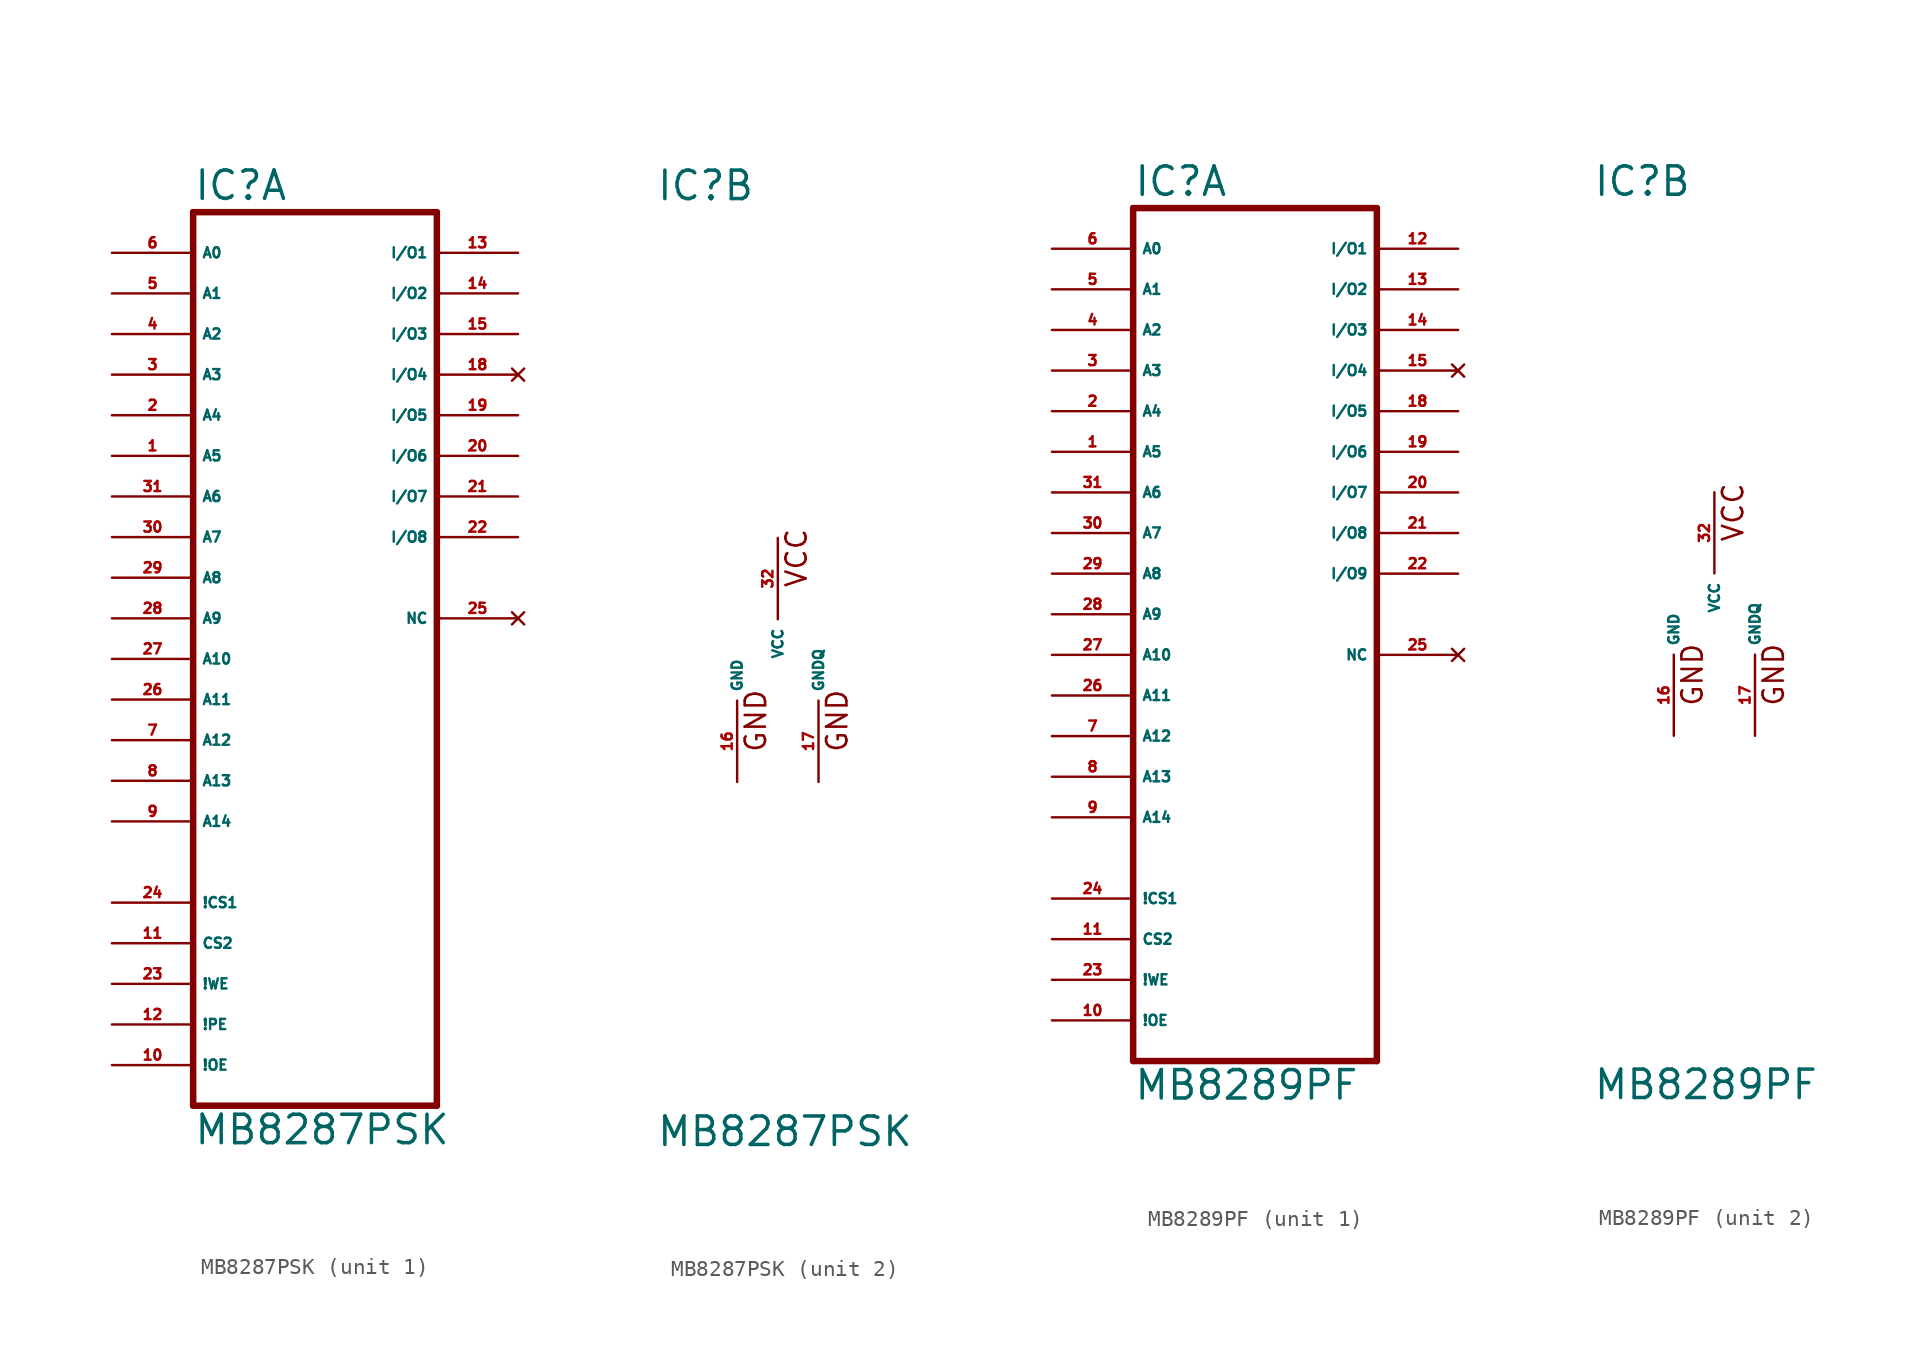
<source format=kicad_sym>
(kicad_symbol_lib
  (version 20220914)
  (generator Eagle2Kicad)
  (symbol "MB8287PSK"
    (property "Reference" "IC"
      (at -7.62 28.575 0)
      (effects (font (size 1.778 1.778) (thickness 0.22)) (justify left bottom)))
    (property "Value" "MB8287PSK"
      (at -7.62 -30.48 0)
      (effects (font (size 1.778 1.778) (thickness 0.22)) (justify left bottom)))
    (symbol "MB8287PSK_1_0"
      (polyline (pts (xy -7.62 -27.94) (xy -7.62 27.94)) (stroke (width 0.406) (type default)) (fill (type none)))
      (polyline (pts (xy -7.62 27.94) (xy 7.62 27.94)) (stroke (width 0.406) (type default)) (fill (type none)))
      (polyline (pts (xy 7.62 27.94) (xy 7.62 -27.94)) (stroke (width 0.406) (type default)) (fill (type none)))
      (polyline (pts (xy 7.62 -27.94) (xy -7.62 -27.94)) (stroke (width 0.406) (type default)) (fill (type none)))
      (pin input line (at -12.7 25.4 0) (length 5.08) (name "A0" (effects (font (size 0.635 0.635) (thickness 0.08)) (justify left bottom))) (number "6" (effects (font (size 0.635 0.635) (thickness 0.08)) (justify left bottom))))
      (pin input line (at -12.7 22.86 0) (length 5.08) (name "A1" (effects (font (size 0.635 0.635) (thickness 0.08)) (justify left bottom))) (number "5" (effects (font (size 0.635 0.635) (thickness 0.08)) (justify left bottom))))
      (pin input line (at -12.7 20.32 0) (length 5.08) (name "A2" (effects (font (size 0.635 0.635) (thickness 0.08)) (justify left bottom))) (number "4" (effects (font (size 0.635 0.635) (thickness 0.08)) (justify left bottom))))
      (pin input line (at -12.7 17.78 0) (length 5.08) (name "A3" (effects (font (size 0.635 0.635) (thickness 0.08)) (justify left bottom))) (number "3" (effects (font (size 0.635 0.635) (thickness 0.08)) (justify left bottom))))
      (pin input line (at -12.7 15.24 0) (length 5.08) (name "A4" (effects (font (size 0.635 0.635) (thickness 0.08)) (justify left bottom))) (number "2" (effects (font (size 0.635 0.635) (thickness 0.08)) (justify left bottom))))
      (pin input line (at -12.7 10.16 0) (length 5.08) (name "A6" (effects (font (size 0.635 0.635) (thickness 0.08)) (justify left bottom))) (number "31" (effects (font (size 0.635 0.635) (thickness 0.08)) (justify left bottom))))
      (pin input line (at -12.7 12.7 0) (length 5.08) (name "A5" (effects (font (size 0.635 0.635) (thickness 0.08)) (justify left bottom))) (number "1" (effects (font (size 0.635 0.635) (thickness 0.08)) (justify left bottom))))
      (pin input line (at -12.7 7.62 0) (length 5.08) (name "A7" (effects (font (size 0.635 0.635) (thickness 0.08)) (justify left bottom))) (number "30" (effects (font (size 0.635 0.635) (thickness 0.08)) (justify left bottom))))
      (pin input line (at -12.7 5.08 0) (length 5.08) (name "A8" (effects (font (size 0.635 0.635) (thickness 0.08)) (justify left bottom))) (number "29" (effects (font (size 0.635 0.635) (thickness 0.08)) (justify left bottom))))
      (pin input line (at -12.7 2.54 0) (length 5.08) (name "A9" (effects (font (size 0.635 0.635) (thickness 0.08)) (justify left bottom))) (number "28" (effects (font (size 0.635 0.635) (thickness 0.08)) (justify left bottom))))
      (pin input line (at -12.7 0 0) (length 5.08) (name "A10" (effects (font (size 0.635 0.635) (thickness 0.08)) (justify left bottom))) (number "27" (effects (font (size 0.635 0.635) (thickness 0.08)) (justify left bottom))))
      (pin input line (at -12.7 -2.54 0) (length 5.08) (name "A11" (effects (font (size 0.635 0.635) (thickness 0.08)) (justify left bottom))) (number "26" (effects (font (size 0.635 0.635) (thickness 0.08)) (justify left bottom))))
      (pin bidirectional line (at 12.7 25.4 180) (length 5.08) (name "I/O1" (effects (font (size 0.635 0.635) (thickness 0.08)) (justify left bottom))) (number "13" (effects (font (size 0.635 0.635) (thickness 0.08)) (justify left bottom))))
      (pin bidirectional line (at 12.7 22.86 180) (length 5.08) (name "I/O2" (effects (font (size 0.635 0.635) (thickness 0.08)) (justify left bottom))) (number "14" (effects (font (size 0.635 0.635) (thickness 0.08)) (justify left bottom))))
      (pin bidirectional line (at 12.7 20.32 180) (length 5.08) (name "I/O3" (effects (font (size 0.635 0.635) (thickness 0.08)) (justify left bottom))) (number "15" (effects (font (size 0.635 0.635) (thickness 0.08)) (justify left bottom))))
      (pin no_connect line (at 12.7 17.78 180) (length 5.08) (name "I/O4" (effects (font (size 0.635 0.635) (thickness 0.08)) (justify left bottom) hide)) (number "18" (effects (font (size 0.635 0.635) (thickness 0.08)) (justify left bottom) hide)))
      (pin input line (at -12.7 -17.78 0) (length 5.08) (name "CS2" (effects (font (size 0.635 0.635) (thickness 0.08)) (justify left bottom))) (number "11" (effects (font (size 0.635 0.635) (thickness 0.08)) (justify left bottom))))
      (pin input line (at -12.7 -20.32 0) (length 5.08) (name "!WE" (effects (font (size 0.635 0.635) (thickness 0.08)) (justify left bottom))) (number "23" (effects (font (size 0.635 0.635) (thickness 0.08)) (justify left bottom))))
      (pin input line (at -12.7 -5.08 0) (length 5.08) (name "A12" (effects (font (size 0.635 0.635) (thickness 0.08)) (justify left bottom))) (number "7" (effects (font (size 0.635 0.635) (thickness 0.08)) (justify left bottom))))
      (pin input line (at -12.7 -22.86 0) (length 5.08) (name "!PE" (effects (font (size 0.635 0.635) (thickness 0.08)) (justify left bottom))) (number "12" (effects (font (size 0.635 0.635) (thickness 0.08)) (justify left bottom))))
      (pin bidirectional line (at 12.7 15.24 180) (length 5.08) (name "I/O5" (effects (font (size 0.635 0.635) (thickness 0.08)) (justify left bottom))) (number "19" (effects (font (size 0.635 0.635) (thickness 0.08)) (justify left bottom))))
      (pin bidirectional line (at 12.7 12.7 180) (length 5.08) (name "I/O6" (effects (font (size 0.635 0.635) (thickness 0.08)) (justify left bottom))) (number "20" (effects (font (size 0.635 0.635) (thickness 0.08)) (justify left bottom))))
      (pin bidirectional line (at 12.7 10.16 180) (length 5.08) (name "I/O7" (effects (font (size 0.635 0.635) (thickness 0.08)) (justify left bottom))) (number "21" (effects (font (size 0.635 0.635) (thickness 0.08)) (justify left bottom))))
      (pin bidirectional line (at 12.7 7.62 180) (length 5.08) (name "I/O8" (effects (font (size 0.635 0.635) (thickness 0.08)) (justify left bottom))) (number "22" (effects (font (size 0.635 0.635) (thickness 0.08)) (justify left bottom))))
      (pin input line (at -12.7 -15.24 0) (length 5.08) (name "!CS1" (effects (font (size 0.635 0.635) (thickness 0.08)) (justify left bottom))) (number "24" (effects (font (size 0.635 0.635) (thickness 0.08)) (justify left bottom))))
      (pin input line (at -12.7 -7.62 0) (length 5.08) (name "A13" (effects (font (size 0.635 0.635) (thickness 0.08)) (justify left bottom))) (number "8" (effects (font (size 0.635 0.635) (thickness 0.08)) (justify left bottom))))
      (pin input line (at -12.7 -10.16 0) (length 5.08) (name "A14" (effects (font (size 0.635 0.635) (thickness 0.08)) (justify left bottom))) (number "9" (effects (font (size 0.635 0.635) (thickness 0.08)) (justify left bottom))))
      (pin no_connect line (at 12.7 2.54 180) (length 5.08) (name "NC" (effects (font (size 0.635 0.635) (thickness 0.08)) (justify left bottom) hide)) (number "25" (effects (font (size 0.635 0.635) (thickness 0.08)) (justify left bottom) hide)))
      (pin input line (at -12.7 -25.4 0) (length 5.08) (name "!OE" (effects (font (size 0.635 0.635) (thickness 0.08)) (justify left bottom))) (number "10" (effects (font (size 0.635 0.635) (thickness 0.08)) (justify left bottom)))))
    (symbol "MB8287PSK_2_0"
      (text "GND" (at 4.445 -5.842 900) (effects (font (size 1.27 1.27) (thickness 0.16)) (justify left bottom)))
      (text "VCC" (at 1.905 4.445 900) (effects (font (size 1.27 1.27) (thickness 0.16)) (justify left bottom)))
      (text "GND" (at -0.635 -5.842 900) (effects (font (size 1.27 1.27) (thickness 0.16)) (justify left bottom)))
      (pin unspecified line (at -2.54 -7.62 90) (length 5.08) (name "GND" (effects (font (size 0.635 0.635) (thickness 0.08)) (justify left bottom))) (number "16" (effects (font (size 0.635 0.635) (thickness 0.08)) (justify left bottom))))
      (pin unspecified line (at 0 7.62 270) (length 5.08) (name "VCC" (effects (font (size 0.635 0.635) (thickness 0.08)) (justify left bottom))) (number "32" (effects (font (size 0.635 0.635) (thickness 0.08)) (justify left bottom))))
      (pin unspecified line (at 2.54 -7.62 90) (length 5.08) (name "GNDQ" (effects (font (size 0.635 0.635) (thickness 0.08)) (justify left bottom))) (number "17" (effects (font (size 0.635 0.635) (thickness 0.08)) (justify left bottom))))))
  (symbol "MB8289PF"
    (property "Reference" "IC"
      (at -7.62 26.035 0)
      (effects (font (size 1.778 1.778) (thickness 0.22)) (justify left bottom)))
    (property "Value" "MB8289PF"
      (at -7.62 -30.48 0)
      (effects (font (size 1.778 1.778) (thickness 0.22)) (justify left bottom)))
    (symbol "MB8289PF_1_0"
      (polyline (pts (xy -7.62 -27.94) (xy -7.62 25.4)) (stroke (width 0.406) (type default)) (fill (type none)))
      (polyline (pts (xy -7.62 25.4) (xy 7.62 25.4)) (stroke (width 0.406) (type default)) (fill (type none)))
      (polyline (pts (xy 7.62 25.4) (xy 7.62 -27.94)) (stroke (width 0.406) (type default)) (fill (type none)))
      (polyline (pts (xy 7.62 -27.94) (xy -7.62 -27.94)) (stroke (width 0.406) (type default)) (fill (type none)))
      (pin input line (at -12.7 22.86 0) (length 5.08) (name "A0" (effects (font (size 0.635 0.635) (thickness 0.08)) (justify left bottom))) (number "6" (effects (font (size 0.635 0.635) (thickness 0.08)) (justify left bottom))))
      (pin input line (at -12.7 20.32 0) (length 5.08) (name "A1" (effects (font (size 0.635 0.635) (thickness 0.08)) (justify left bottom))) (number "5" (effects (font (size 0.635 0.635) (thickness 0.08)) (justify left bottom))))
      (pin input line (at -12.7 17.78 0) (length 5.08) (name "A2" (effects (font (size 0.635 0.635) (thickness 0.08)) (justify left bottom))) (number "4" (effects (font (size 0.635 0.635) (thickness 0.08)) (justify left bottom))))
      (pin input line (at -12.7 15.24 0) (length 5.08) (name "A3" (effects (font (size 0.635 0.635) (thickness 0.08)) (justify left bottom))) (number "3" (effects (font (size 0.635 0.635) (thickness 0.08)) (justify left bottom))))
      (pin input line (at -12.7 12.7 0) (length 5.08) (name "A4" (effects (font (size 0.635 0.635) (thickness 0.08)) (justify left bottom))) (number "2" (effects (font (size 0.635 0.635) (thickness 0.08)) (justify left bottom))))
      (pin input line (at -12.7 7.62 0) (length 5.08) (name "A6" (effects (font (size 0.635 0.635) (thickness 0.08)) (justify left bottom))) (number "31" (effects (font (size 0.635 0.635) (thickness 0.08)) (justify left bottom))))
      (pin input line (at -12.7 10.16 0) (length 5.08) (name "A5" (effects (font (size 0.635 0.635) (thickness 0.08)) (justify left bottom))) (number "1" (effects (font (size 0.635 0.635) (thickness 0.08)) (justify left bottom))))
      (pin input line (at -12.7 5.08 0) (length 5.08) (name "A7" (effects (font (size 0.635 0.635) (thickness 0.08)) (justify left bottom))) (number "30" (effects (font (size 0.635 0.635) (thickness 0.08)) (justify left bottom))))
      (pin input line (at -12.7 2.54 0) (length 5.08) (name "A8" (effects (font (size 0.635 0.635) (thickness 0.08)) (justify left bottom))) (number "29" (effects (font (size 0.635 0.635) (thickness 0.08)) (justify left bottom))))
      (pin input line (at -12.7 0 0) (length 5.08) (name "A9" (effects (font (size 0.635 0.635) (thickness 0.08)) (justify left bottom))) (number "28" (effects (font (size 0.635 0.635) (thickness 0.08)) (justify left bottom))))
      (pin input line (at -12.7 -2.54 0) (length 5.08) (name "A10" (effects (font (size 0.635 0.635) (thickness 0.08)) (justify left bottom))) (number "27" (effects (font (size 0.635 0.635) (thickness 0.08)) (justify left bottom))))
      (pin input line (at -12.7 -5.08 0) (length 5.08) (name "A11" (effects (font (size 0.635 0.635) (thickness 0.08)) (justify left bottom))) (number "26" (effects (font (size 0.635 0.635) (thickness 0.08)) (justify left bottom))))
      (pin bidirectional line (at 12.7 22.86 180) (length 5.08) (name "I/O1" (effects (font (size 0.635 0.635) (thickness 0.08)) (justify left bottom))) (number "12" (effects (font (size 0.635 0.635) (thickness 0.08)) (justify left bottom))))
      (pin bidirectional line (at 12.7 20.32 180) (length 5.08) (name "I/O2" (effects (font (size 0.635 0.635) (thickness 0.08)) (justify left bottom))) (number "13" (effects (font (size 0.635 0.635) (thickness 0.08)) (justify left bottom))))
      (pin bidirectional line (at 12.7 17.78 180) (length 5.08) (name "I/O3" (effects (font (size 0.635 0.635) (thickness 0.08)) (justify left bottom))) (number "14" (effects (font (size 0.635 0.635) (thickness 0.08)) (justify left bottom))))
      (pin no_connect line (at 12.7 15.24 180) (length 5.08) (name "I/O4" (effects (font (size 0.635 0.635) (thickness 0.08)) (justify left bottom) hide)) (number "15" (effects (font (size 0.635 0.635) (thickness 0.08)) (justify left bottom) hide)))
      (pin input line (at -12.7 -20.32 0) (length 5.08) (name "CS2" (effects (font (size 0.635 0.635) (thickness 0.08)) (justify left bottom))) (number "11" (effects (font (size 0.635 0.635) (thickness 0.08)) (justify left bottom))))
      (pin input line (at -12.7 -22.86 0) (length 5.08) (name "!WE" (effects (font (size 0.635 0.635) (thickness 0.08)) (justify left bottom))) (number "23" (effects (font (size 0.635 0.635) (thickness 0.08)) (justify left bottom))))
      (pin input line (at -12.7 -7.62 0) (length 5.08) (name "A12" (effects (font (size 0.635 0.635) (thickness 0.08)) (justify left bottom))) (number "7" (effects (font (size 0.635 0.635) (thickness 0.08)) (justify left bottom))))
      (pin input line (at -12.7 -25.4 0) (length 5.08) (name "!OE" (effects (font (size 0.635 0.635) (thickness 0.08)) (justify left bottom))) (number "10" (effects (font (size 0.635 0.635) (thickness 0.08)) (justify left bottom))))
      (pin bidirectional line (at 12.7 12.7 180) (length 5.08) (name "I/O5" (effects (font (size 0.635 0.635) (thickness 0.08)) (justify left bottom))) (number "18" (effects (font (size 0.635 0.635) (thickness 0.08)) (justify left bottom))))
      (pin bidirectional line (at 12.7 10.16 180) (length 5.08) (name "I/O6" (effects (font (size 0.635 0.635) (thickness 0.08)) (justify left bottom))) (number "19" (effects (font (size 0.635 0.635) (thickness 0.08)) (justify left bottom))))
      (pin bidirectional line (at 12.7 7.62 180) (length 5.08) (name "I/O7" (effects (font (size 0.635 0.635) (thickness 0.08)) (justify left bottom))) (number "20" (effects (font (size 0.635 0.635) (thickness 0.08)) (justify left bottom))))
      (pin bidirectional line (at 12.7 5.08 180) (length 5.08) (name "I/O8" (effects (font (size 0.635 0.635) (thickness 0.08)) (justify left bottom))) (number "21" (effects (font (size 0.635 0.635) (thickness 0.08)) (justify left bottom))))
      (pin bidirectional line (at 12.7 2.54 180) (length 5.08) (name "I/O9" (effects (font (size 0.635 0.635) (thickness 0.08)) (justify left bottom))) (number "22" (effects (font (size 0.635 0.635) (thickness 0.08)) (justify left bottom))))
      (pin input line (at -12.7 -17.78 0) (length 5.08) (name "!CS1" (effects (font (size 0.635 0.635) (thickness 0.08)) (justify left bottom))) (number "24" (effects (font (size 0.635 0.635) (thickness 0.08)) (justify left bottom))))
      (pin input line (at -12.7 -10.16 0) (length 5.08) (name "A13" (effects (font (size 0.635 0.635) (thickness 0.08)) (justify left bottom))) (number "8" (effects (font (size 0.635 0.635) (thickness 0.08)) (justify left bottom))))
      (pin input line (at -12.7 -12.7 0) (length 5.08) (name "A14" (effects (font (size 0.635 0.635) (thickness 0.08)) (justify left bottom))) (number "9" (effects (font (size 0.635 0.635) (thickness 0.08)) (justify left bottom))))
      (pin no_connect line (at 12.7 -2.54 180) (length 5.08) (name "NC" (effects (font (size 0.635 0.635) (thickness 0.08)) (justify left bottom) hide)) (number "25" (effects (font (size 0.635 0.635) (thickness 0.08)) (justify left bottom) hide))))
    (symbol "MB8289PF_2_0"
      (text "GND" (at 4.445 -5.842 900) (effects (font (size 1.27 1.27) (thickness 0.16)) (justify left bottom)))
      (text "VCC" (at 1.905 4.445 900) (effects (font (size 1.27 1.27) (thickness 0.16)) (justify left bottom)))
      (text "GND" (at -0.635 -5.842 900) (effects (font (size 1.27 1.27) (thickness 0.16)) (justify left bottom)))
      (pin unspecified line (at -2.54 -7.62 90) (length 5.08) (name "GND" (effects (font (size 0.635 0.635) (thickness 0.08)) (justify left bottom))) (number "16" (effects (font (size 0.635 0.635) (thickness 0.08)) (justify left bottom))))
      (pin unspecified line (at 0 7.62 270) (length 5.08) (name "VCC" (effects (font (size 0.635 0.635) (thickness 0.08)) (justify left bottom))) (number "32" (effects (font (size 0.635 0.635) (thickness 0.08)) (justify left bottom))))
      (pin unspecified line (at 2.54 -7.62 90) (length 5.08) (name "GNDQ" (effects (font (size 0.635 0.635) (thickness 0.08)) (justify left bottom))) (number "17" (effects (font (size 0.635 0.635) (thickness 0.08)) (justify left bottom)))))))
</source>
